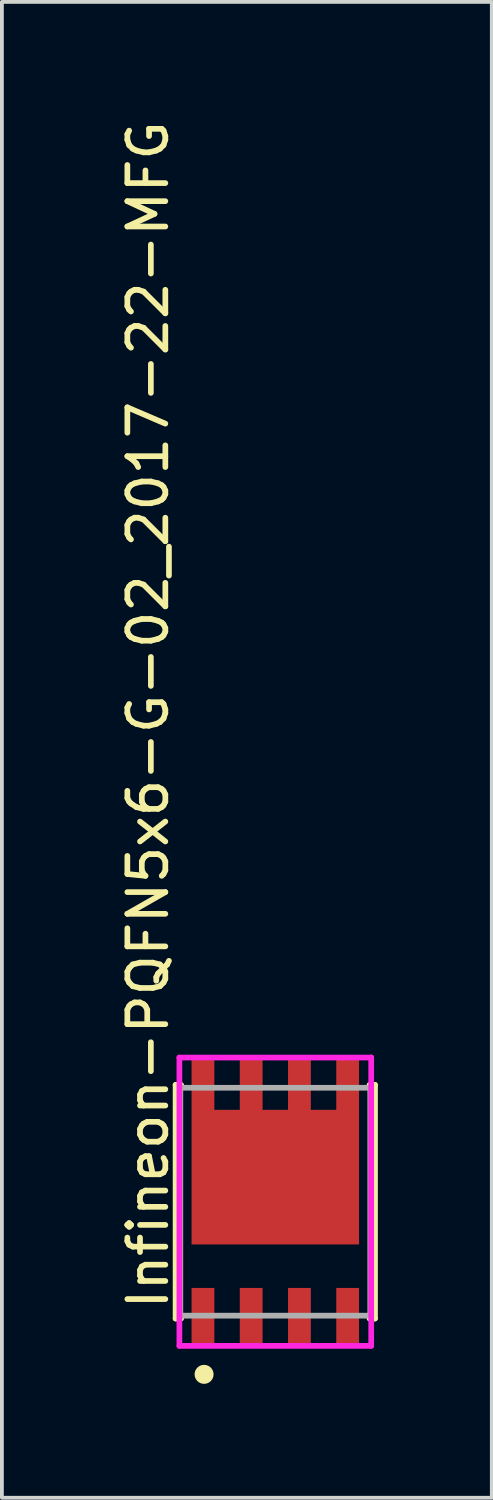
<source format=kicad_pcb>
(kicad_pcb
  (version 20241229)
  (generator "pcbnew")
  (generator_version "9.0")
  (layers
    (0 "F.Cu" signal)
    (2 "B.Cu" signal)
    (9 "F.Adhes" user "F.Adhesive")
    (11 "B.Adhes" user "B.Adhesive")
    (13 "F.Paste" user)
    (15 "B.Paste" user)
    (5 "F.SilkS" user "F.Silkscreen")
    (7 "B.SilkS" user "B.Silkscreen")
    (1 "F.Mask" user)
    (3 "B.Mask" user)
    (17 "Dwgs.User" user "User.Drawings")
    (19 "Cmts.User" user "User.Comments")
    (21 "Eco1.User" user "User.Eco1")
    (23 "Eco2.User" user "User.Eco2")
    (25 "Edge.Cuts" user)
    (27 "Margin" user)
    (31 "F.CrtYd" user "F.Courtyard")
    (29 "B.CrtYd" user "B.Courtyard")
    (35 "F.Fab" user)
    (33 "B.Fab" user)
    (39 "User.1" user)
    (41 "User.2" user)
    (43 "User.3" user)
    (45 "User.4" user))
  (footprint "Infineon-PQFN5x6-G-02_2017-22-MFG"
    (layer "F.Cu")
    (at 4.198 28.588)
    (property "Reference" "Infineon-PQFN5x6-G-02_2017-22-MFG" (at -3.35 2.9 90) (layer "F.SilkS") (effects (font (size 1 1) (thickness 0.15)) (justify left)))
    (attr through_hole)
    (fp_line (start -2.625 -3.075) (end -2.48 -3.075) (stroke (width 0.15) (type solid)) (layer "F.SilkS"))
    (fp_line (start -2.625 3.075) (end -2.625 -3.075) (stroke (width 0.15) (type solid)) (layer "F.SilkS"))
    (fp_line (start -2.625 3.075) (end -2.48 3.075) (stroke (width 0.15) (type solid)) (layer "F.SilkS"))
    (fp_line (start 2.48 3.075) (end 2.625 3.075) (stroke (width 0.15) (type solid)) (layer "F.SilkS"))
    (fp_line (start 2.48 -3.075) (end 2.625 -3.075) (stroke (width 0.15) (type solid)) (layer "F.SilkS"))
    (fp_line (start 2.625 3.075) (end 2.625 -3.075) (stroke (width 0.15) (type solid)) (layer "F.SilkS"))
    (fp_circle (center -1.875 4.545) (end -1.75 4.545) (stroke (width 0.25) (type solid)) (fill no) (layer "F.SilkS"))
    (fp_line (start -2.525 -3.795) (end -2.525 3.795) (stroke (width 0.15) (type solid)) (layer "F.CrtYd"))
    (fp_line (start -2.525 3.795) (end 2.525 3.795) (stroke (width 0.15) (type solid)) (layer "F.CrtYd"))
    (fp_line (start 2.525 -3.795) (end -2.525 -3.795) (stroke (width 0.15) (type solid)) (layer "F.CrtYd"))
    (fp_line (start 2.525 -3.795) (end 2.525 -3.795) (stroke (width 0.15) (type solid)) (layer "F.CrtYd"))
    (fp_line (start 2.525 3.795) (end 2.525 -3.795) (stroke (width 0.15) (type solid)) (layer "F.CrtYd"))
    (fp_line (start -2.5 -3) (end 2.5 -3) (stroke (width 0.15) (type solid)) (layer "F.Fab"))
    (fp_line (start -2.5 3) (end -2.5 -3) (stroke (width 0.15) (type solid)) (layer "F.Fab"))
    (fp_line (start 2.5 -3) (end 2.5 3) (stroke (width 0.15) (type solid)) (layer "F.Fab"))
    (fp_line (start 2.5 3) (end -2.5 3) (stroke (width 0.15) (type solid)) (layer "F.Fab"))
    (pad "" smd rect (at -1.905 -3.12) (size 0.5 1.2) (layers "F.Paste"))
    (pad "" smd rect (at -1.905 3.02) (size 0.5 1.4) (layers "F.Paste"))
    (pad "" smd rect (at -0.85 -1.495) (size 1.5 1.5) (layers "F.Paste"))
    (pad "" smd rect (at -0.85 0.205) (size 1.5 1.5) (layers "F.Paste"))
    (pad "" smd rect (at -0.635 -3.12) (size 0.5 1.2) (layers "F.Paste"))
    (pad "" smd rect (at -0.635 3.02) (size 0.5 1.4) (layers "F.Paste"))
    (pad "" smd rect (at 0.635 -3.12) (size 0.5 1.2) (layers "F.Paste"))
    (pad "" smd rect (at 0.635 3.02) (size 0.5 1.4) (layers "F.Paste"))
    (pad "" smd rect (at 0.85 -1.495) (size 1.5 1.5) (layers "F.Paste"))
    (pad "" smd rect (at 0.85 0.205) (size 1.5 1.5) (layers "F.Paste"))
    (pad "" smd rect (at 1.905 -3.12) (size 0.5 1.2) (layers "F.Paste"))
    (pad "" smd rect (at 1.905 3.02) (size 0.5 1.4) (layers "F.Paste"))
    (pad "1" smd rect (at -1.905 3.02) (size 0.6 1.5) (layers "F.Cu" "F.Mask"))
    (pad "2" smd rect (at -0.635 3.02) (size 0.6 1.5) (layers "F.Cu" "F.Mask"))
    (pad "3" smd rect (at 0.635 3.02) (size 0.6 1.5) (layers "F.Cu" "F.Mask"))
    (pad "4" smd rect (at 1.905 3.02) (size 0.6 1.5) (layers "F.Cu" "F.Mask"))
    (pad "5-6-7-8" smd custom (at 0 -0.647) (size 1 1) (layers "F.Cu" "F.Mask") (options (anchor circle)) (primitives (gr_poly (pts (xy -2.205 -3.123) (xy -2.205 1.772) (xy 2.205 1.772) (xy 2.205 -3.123) (xy 1.605 -3.123) (xy 1.605 -1.772) (xy 0.935 -1.772) (xy 0.935 -3.123) (xy 0.335 -3.123) (xy 0.335 -1.772) (xy -0.335 -1.772) (xy -0.335 -3.123) (xy -0.935 -3.123) (xy -0.935 -1.772) (xy -1.605 -1.772) (xy -1.605 -3.123) (xy -2.205 -3.123)) (width 0) (fill yes)))))
  (gr_rect
    (start -3 -3)
    (end 9.898 36.383)
    (stroke (width 0.1) (type default))
    (fill no)
    (layer "Edge.Cuts")))
</source>
